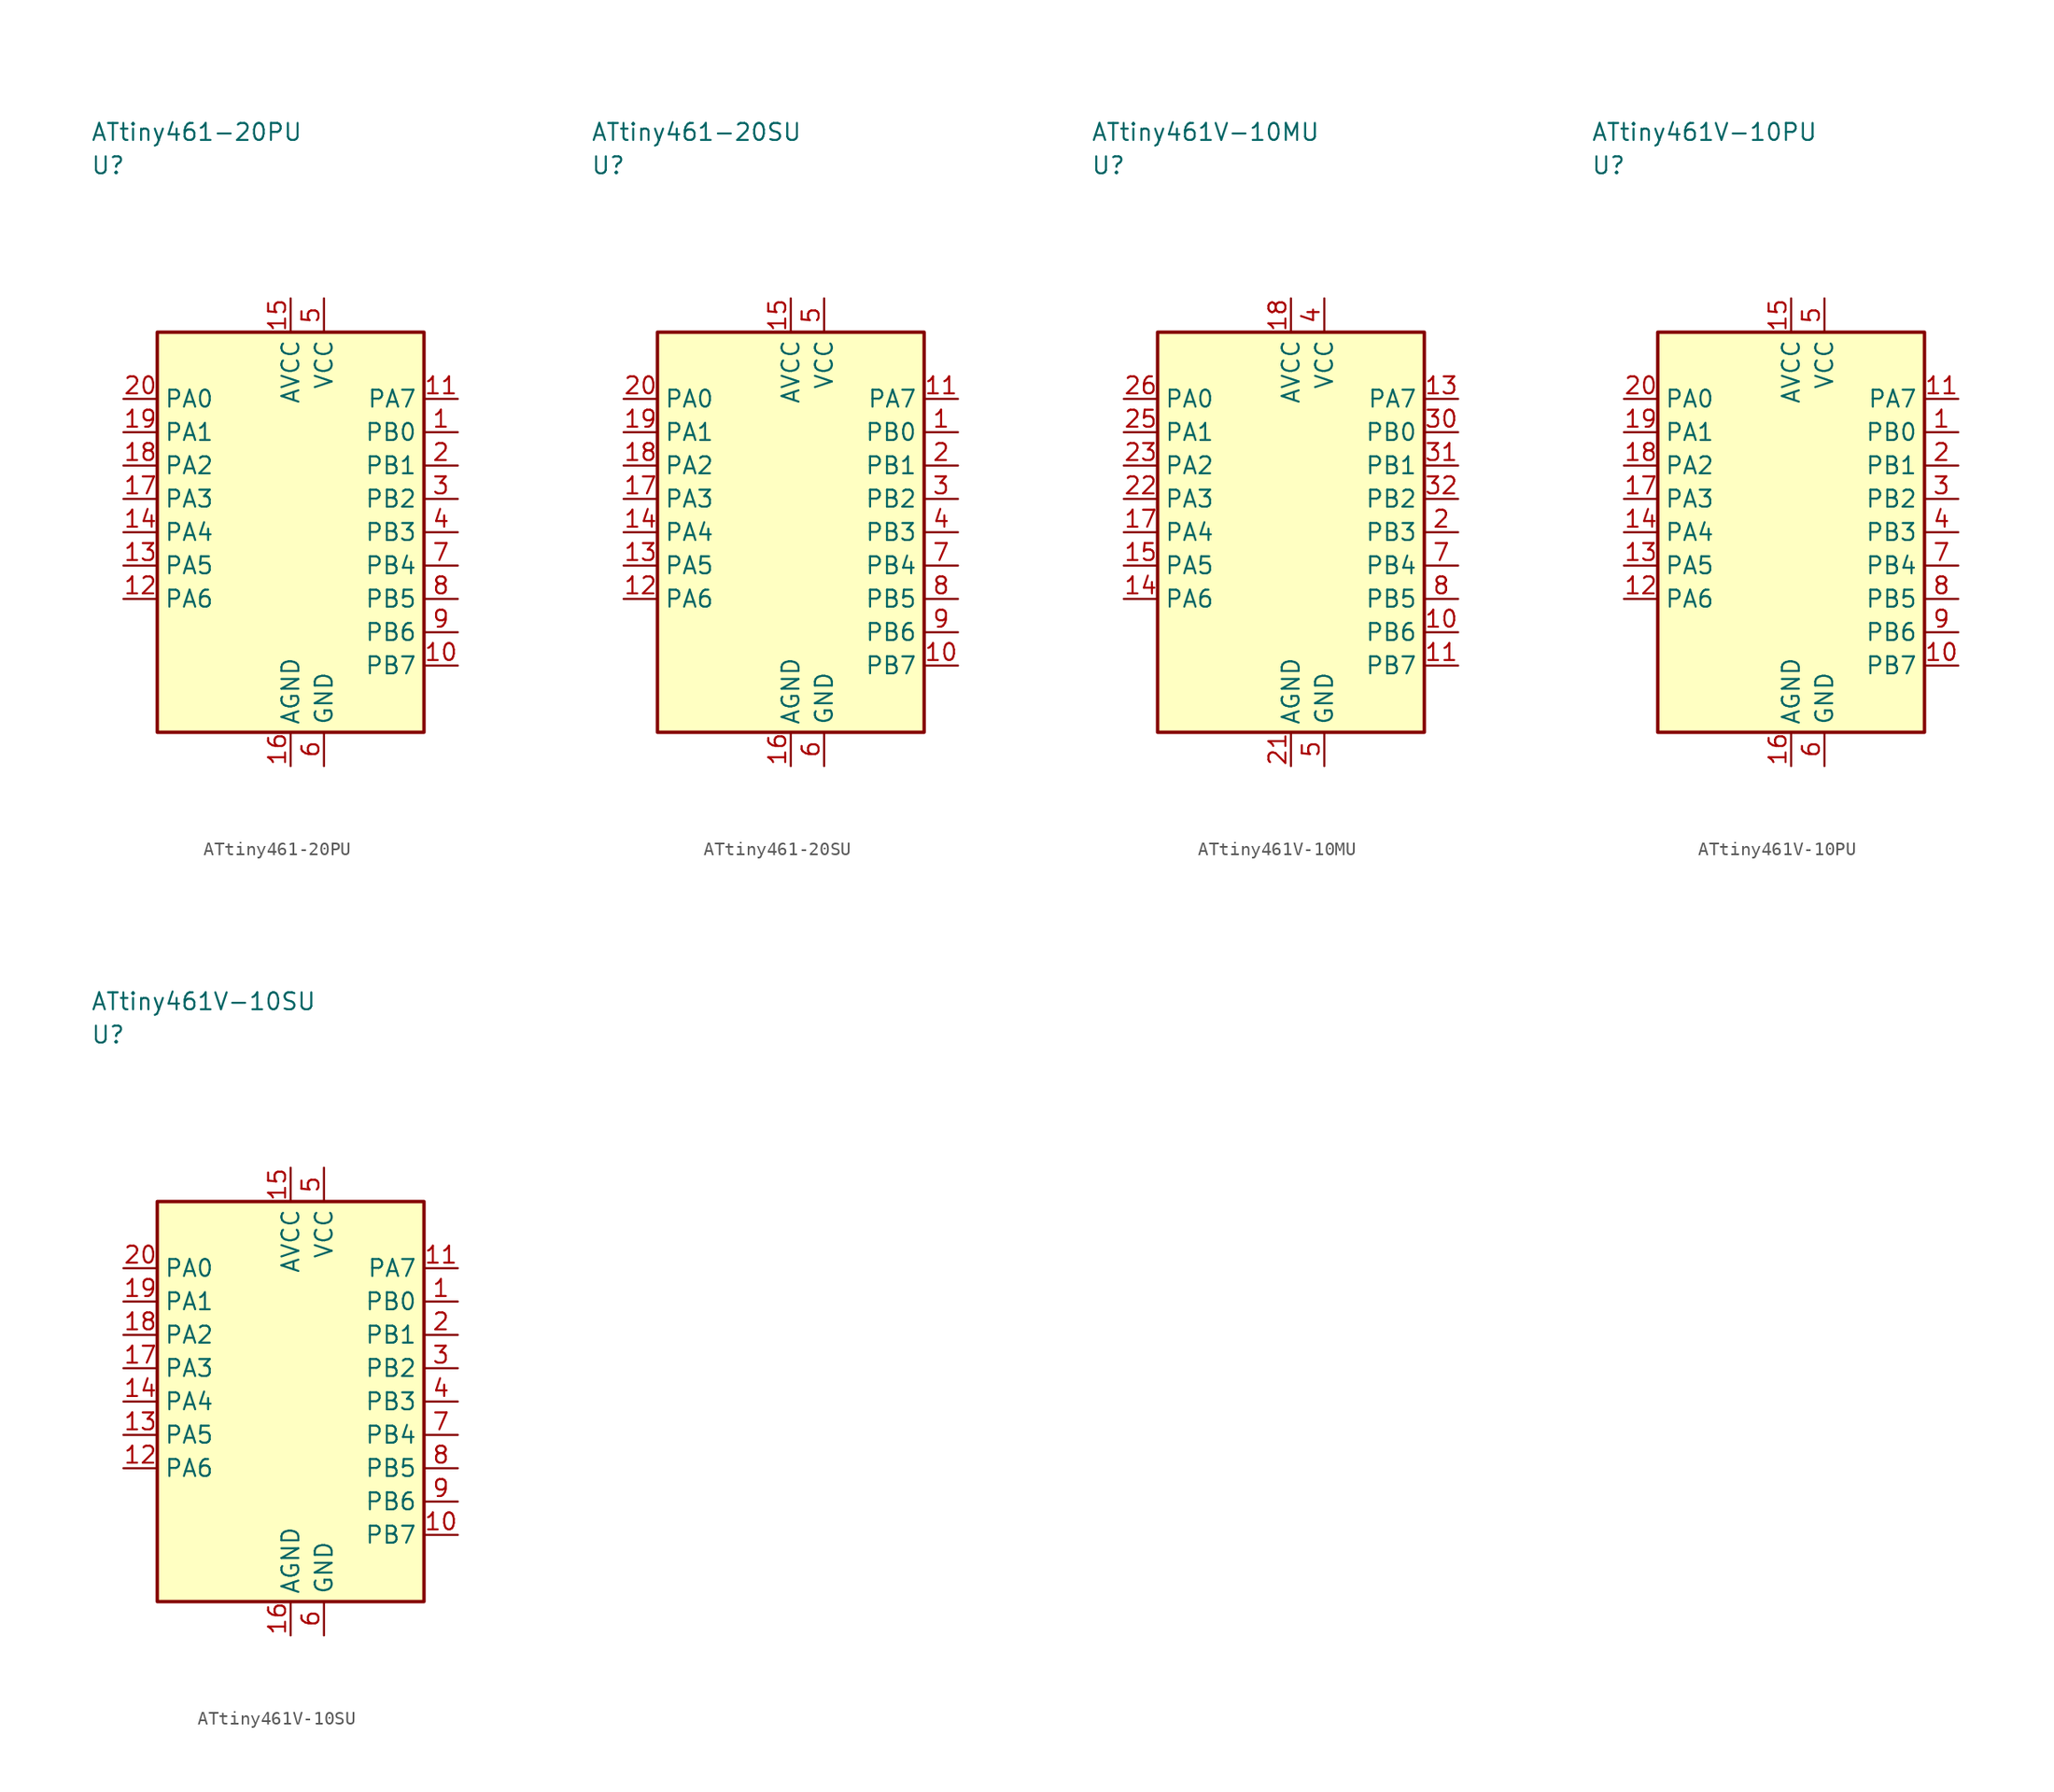
<source format=kicad_sym>
(kicad_symbol_lib
  (version 20241025)
  (generator "kicad_symbol_editor")
  (generator_version "8.0")
  (symbol "ATtiny461-20PU"
    (property "Reference" "U"
      (at -15.0 27.5 0)
      (effects (font (size 1.27 1.27)) (justify left)))
    (property "Value" "ATtiny461-20PU"
      (at -15.0 30.0 0)
      (effects (font (size 1.27 1.27)) (justify left)))
    (symbol "ATtiny461-20PU_0_1"
      (rectangle (start -10.0 15.0) (end 10.0 -15.0) (stroke (width 0.254) (type default)) (fill (type background))))
    (symbol "ATtiny461-20PU_1_1"
      (pin bidirectional line (at 12.54 7.5 180.0) (length 2.54) (name "PB0" (effects (font (size 1.27 1.27)))) (number "1" (effects (font (size 1.27 1.27)))))
      (pin bidirectional line (at 12.54 5.0 180.0) (length 2.54) (name "PB1" (effects (font (size 1.27 1.27)))) (number "2" (effects (font (size 1.27 1.27)))))
      (pin bidirectional line (at 12.54 2.5 180.0) (length 2.54) (name "PB2" (effects (font (size 1.27 1.27)))) (number "3" (effects (font (size 1.27 1.27)))))
      (pin bidirectional line (at 12.54 0.0 180.0) (length 2.54) (name "PB3" (effects (font (size 1.27 1.27)))) (number "4" (effects (font (size 1.27 1.27)))))
      (pin power_in line (at 2.5 17.54 270.0) (length 2.54) (name "VCC" (effects (font (size 1.27 1.27)))) (number "5" (effects (font (size 1.27 1.27)))))
      (pin passive line (at 2.5 -17.54 90.0) (length 2.54) (name "GND" (effects (font (size 1.27 1.27)))) (number "6" (effects (font (size 1.27 1.27)))))
      (pin bidirectional line (at 12.54 -2.5 180.0) (length 2.54) (name "PB4" (effects (font (size 1.27 1.27)))) (number "7" (effects (font (size 1.27 1.27)))))
      (pin bidirectional line (at 12.54 -5.0 180.0) (length 2.54) (name "PB5" (effects (font (size 1.27 1.27)))) (number "8" (effects (font (size 1.27 1.27)))))
      (pin bidirectional line (at 12.54 -7.5 180.0) (length 2.54) (name "PB6" (effects (font (size 1.27 1.27)))) (number "9" (effects (font (size 1.27 1.27)))))
      (pin bidirectional line (at 12.54 -10.0 180.0) (length 2.54) (name "PB7" (effects (font (size 1.27 1.27)))) (number "10" (effects (font (size 1.27 1.27)))))
      (pin bidirectional line (at 12.54 10.0 180.0) (length 2.54) (name "PA7" (effects (font (size 1.27 1.27)))) (number "11" (effects (font (size 1.27 1.27)))))
      (pin bidirectional line (at -12.54 -5.0 0.0) (length 2.54) (name "PA6" (effects (font (size 1.27 1.27)))) (number "12" (effects (font (size 1.27 1.27)))))
      (pin bidirectional line (at -12.54 -2.5 0.0) (length 2.54) (name "PA5" (effects (font (size 1.27 1.27)))) (number "13" (effects (font (size 1.27 1.27)))))
      (pin bidirectional line (at -12.54 0.0 0.0) (length 2.54) (name "PA4" (effects (font (size 1.27 1.27)))) (number "14" (effects (font (size 1.27 1.27)))))
      (pin power_in line (at 0.0 17.54 270.0) (length 2.54) (name "AVCC" (effects (font (size 1.27 1.27)))) (number "15" (effects (font (size 1.27 1.27)))))
      (pin passive line (at 0.0 -17.54 90.0) (length 2.54) (name "AGND" (effects (font (size 1.27 1.27)))) (number "16" (effects (font (size 1.27 1.27)))))
      (pin bidirectional line (at -12.54 2.5 0.0) (length 2.54) (name "PA3" (effects (font (size 1.27 1.27)))) (number "17" (effects (font (size 1.27 1.27)))))
      (pin bidirectional line (at -12.54 5.0 0.0) (length 2.54) (name "PA2" (effects (font (size 1.27 1.27)))) (number "18" (effects (font (size 1.27 1.27)))))
      (pin bidirectional line (at -12.54 7.5 0.0) (length 2.54) (name "PA1" (effects (font (size 1.27 1.27)))) (number "19" (effects (font (size 1.27 1.27)))))
      (pin bidirectional line (at -12.54 10.0 0.0) (length 2.54) (name "PA0" (effects (font (size 1.27 1.27)))) (number "20" (effects (font (size 1.27 1.27)))))))
  (symbol "ATtiny461-20SU"
    (property "Reference" "U"
      (at -15.0 27.5 0)
      (effects (font (size 1.27 1.27)) (justify left)))
    (property "Value" "ATtiny461-20SU"
      (at -15.0 30.0 0)
      (effects (font (size 1.27 1.27)) (justify left)))
    (symbol "ATtiny461-20SU_0_1"
      (rectangle (start -10.0 15.0) (end 10.0 -15.0) (stroke (width 0.254) (type default)) (fill (type background))))
    (symbol "ATtiny461-20SU_1_1"
      (pin bidirectional line (at 12.54 7.5 180.0) (length 2.54) (name "PB0" (effects (font (size 1.27 1.27)))) (number "1" (effects (font (size 1.27 1.27)))))
      (pin bidirectional line (at 12.54 5.0 180.0) (length 2.54) (name "PB1" (effects (font (size 1.27 1.27)))) (number "2" (effects (font (size 1.27 1.27)))))
      (pin bidirectional line (at 12.54 2.5 180.0) (length 2.54) (name "PB2" (effects (font (size 1.27 1.27)))) (number "3" (effects (font (size 1.27 1.27)))))
      (pin bidirectional line (at 12.54 0.0 180.0) (length 2.54) (name "PB3" (effects (font (size 1.27 1.27)))) (number "4" (effects (font (size 1.27 1.27)))))
      (pin power_in line (at 2.5 17.54 270.0) (length 2.54) (name "VCC" (effects (font (size 1.27 1.27)))) (number "5" (effects (font (size 1.27 1.27)))))
      (pin passive line (at 2.5 -17.54 90.0) (length 2.54) (name "GND" (effects (font (size 1.27 1.27)))) (number "6" (effects (font (size 1.27 1.27)))))
      (pin bidirectional line (at 12.54 -2.5 180.0) (length 2.54) (name "PB4" (effects (font (size 1.27 1.27)))) (number "7" (effects (font (size 1.27 1.27)))))
      (pin bidirectional line (at 12.54 -5.0 180.0) (length 2.54) (name "PB5" (effects (font (size 1.27 1.27)))) (number "8" (effects (font (size 1.27 1.27)))))
      (pin bidirectional line (at 12.54 -7.5 180.0) (length 2.54) (name "PB6" (effects (font (size 1.27 1.27)))) (number "9" (effects (font (size 1.27 1.27)))))
      (pin bidirectional line (at 12.54 -10.0 180.0) (length 2.54) (name "PB7" (effects (font (size 1.27 1.27)))) (number "10" (effects (font (size 1.27 1.27)))))
      (pin bidirectional line (at 12.54 10.0 180.0) (length 2.54) (name "PA7" (effects (font (size 1.27 1.27)))) (number "11" (effects (font (size 1.27 1.27)))))
      (pin bidirectional line (at -12.54 -5.0 0.0) (length 2.54) (name "PA6" (effects (font (size 1.27 1.27)))) (number "12" (effects (font (size 1.27 1.27)))))
      (pin bidirectional line (at -12.54 -2.5 0.0) (length 2.54) (name "PA5" (effects (font (size 1.27 1.27)))) (number "13" (effects (font (size 1.27 1.27)))))
      (pin bidirectional line (at -12.54 0.0 0.0) (length 2.54) (name "PA4" (effects (font (size 1.27 1.27)))) (number "14" (effects (font (size 1.27 1.27)))))
      (pin power_in line (at 0.0 17.54 270.0) (length 2.54) (name "AVCC" (effects (font (size 1.27 1.27)))) (number "15" (effects (font (size 1.27 1.27)))))
      (pin passive line (at 0.0 -17.54 90.0) (length 2.54) (name "AGND" (effects (font (size 1.27 1.27)))) (number "16" (effects (font (size 1.27 1.27)))))
      (pin bidirectional line (at -12.54 2.5 0.0) (length 2.54) (name "PA3" (effects (font (size 1.27 1.27)))) (number "17" (effects (font (size 1.27 1.27)))))
      (pin bidirectional line (at -12.54 5.0 0.0) (length 2.54) (name "PA2" (effects (font (size 1.27 1.27)))) (number "18" (effects (font (size 1.27 1.27)))))
      (pin bidirectional line (at -12.54 7.5 0.0) (length 2.54) (name "PA1" (effects (font (size 1.27 1.27)))) (number "19" (effects (font (size 1.27 1.27)))))
      (pin bidirectional line (at -12.54 10.0 0.0) (length 2.54) (name "PA0" (effects (font (size 1.27 1.27)))) (number "20" (effects (font (size 1.27 1.27)))))))
  (symbol "ATtiny461V-10MU"
    (property "Reference" "U"
      (at -15.0 27.5 0)
      (effects (font (size 1.27 1.27)) (justify left)))
    (property "Value" "ATtiny461V-10MU"
      (at -15.0 30.0 0)
      (effects (font (size 1.27 1.27)) (justify left)))
    (symbol "ATtiny461V-10MU_0_1"
      (rectangle (start -10.0 15.0) (end 10.0 -15.0) (stroke (width 0.254) (type default)) (fill (type background))))
    (symbol "ATtiny461V-10MU_1_1"
      (pin bidirectional line (at 12.54 0.0 180.0) (length 2.54) (name "PB3" (effects (font (size 1.27 1.27)))) (number "2" (effects (font (size 1.27 1.27)))))
      (pin power_in line (at 2.5 17.54 270.0) (length 2.54) (name "VCC" (effects (font (size 1.27 1.27)))) (number "4" (effects (font (size 1.27 1.27)))))
      (pin passive line (at 2.5 -17.54 90.0) (length 2.54) (name "GND" (effects (font (size 1.27 1.27)))) (number "5" (effects (font (size 1.27 1.27)))))
      (pin bidirectional line (at 12.54 -2.5 180.0) (length 2.54) (name "PB4" (effects (font (size 1.27 1.27)))) (number "7" (effects (font (size 1.27 1.27)))))
      (pin bidirectional line (at 12.54 -5.0 180.0) (length 2.54) (name "PB5" (effects (font (size 1.27 1.27)))) (number "8" (effects (font (size 1.27 1.27)))))
      (pin bidirectional line (at 12.54 -7.5 180.0) (length 2.54) (name "PB6" (effects (font (size 1.27 1.27)))) (number "10" (effects (font (size 1.27 1.27)))))
      (pin bidirectional line (at 12.54 -10.0 180.0) (length 2.54) (name "PB7" (effects (font (size 1.27 1.27)))) (number "11" (effects (font (size 1.27 1.27)))))
      (pin bidirectional line (at 12.54 10.0 180.0) (length 2.54) (name "PA7" (effects (font (size 1.27 1.27)))) (number "13" (effects (font (size 1.27 1.27)))))
      (pin bidirectional line (at -12.54 -5.0 0.0) (length 2.54) (name "PA6" (effects (font (size 1.27 1.27)))) (number "14" (effects (font (size 1.27 1.27)))))
      (pin bidirectional line (at -12.54 -2.5 0.0) (length 2.54) (name "PA5" (effects (font (size 1.27 1.27)))) (number "15" (effects (font (size 1.27 1.27)))))
      (pin bidirectional line (at -12.54 0.0 0.0) (length 2.54) (name "PA4" (effects (font (size 1.27 1.27)))) (number "17" (effects (font (size 1.27 1.27)))))
      (pin power_in line (at 0.0 17.54 270.0) (length 2.54) (name "AVCC" (effects (font (size 1.27 1.27)))) (number "18" (effects (font (size 1.27 1.27)))))
      (pin passive line (at 0.0 -17.54 90.0) (length 2.54) (name "AGND" (effects (font (size 1.27 1.27)))) (number "21" (effects (font (size 1.27 1.27)))))
      (pin bidirectional line (at -12.54 2.5 0.0) (length 2.54) (name "PA3" (effects (font (size 1.27 1.27)))) (number "22" (effects (font (size 1.27 1.27)))))
      (pin bidirectional line (at -12.54 5.0 0.0) (length 2.54) (name "PA2" (effects (font (size 1.27 1.27)))) (number "23" (effects (font (size 1.27 1.27)))))
      (pin bidirectional line (at -12.54 7.5 0.0) (length 2.54) (name "PA1" (effects (font (size 1.27 1.27)))) (number "25" (effects (font (size 1.27 1.27)))))
      (pin bidirectional line (at -12.54 10.0 0.0) (length 2.54) (name "PA0" (effects (font (size 1.27 1.27)))) (number "26" (effects (font (size 1.27 1.27)))))
      (pin bidirectional line (at 12.54 7.5 180.0) (length 2.54) (name "PB0" (effects (font (size 1.27 1.27)))) (number "30" (effects (font (size 1.27 1.27)))))
      (pin bidirectional line (at 12.54 5.0 180.0) (length 2.54) (name "PB1" (effects (font (size 1.27 1.27)))) (number "31" (effects (font (size 1.27 1.27)))))
      (pin bidirectional line (at 12.54 2.5 180.0) (length 2.54) (name "PB2" (effects (font (size 1.27 1.27)))) (number "32" (effects (font (size 1.27 1.27)))))))
  (symbol "ATtiny461V-10PU"
    (property "Reference" "U"
      (at -15.0 27.5 0)
      (effects (font (size 1.27 1.27)) (justify left)))
    (property "Value" "ATtiny461V-10PU"
      (at -15.0 30.0 0)
      (effects (font (size 1.27 1.27)) (justify left)))
    (symbol "ATtiny461V-10PU_0_1"
      (rectangle (start -10.0 15.0) (end 10.0 -15.0) (stroke (width 0.254) (type default)) (fill (type background))))
    (symbol "ATtiny461V-10PU_1_1"
      (pin bidirectional line (at 12.54 7.5 180.0) (length 2.54) (name "PB0" (effects (font (size 1.27 1.27)))) (number "1" (effects (font (size 1.27 1.27)))))
      (pin bidirectional line (at 12.54 5.0 180.0) (length 2.54) (name "PB1" (effects (font (size 1.27 1.27)))) (number "2" (effects (font (size 1.27 1.27)))))
      (pin bidirectional line (at 12.54 2.5 180.0) (length 2.54) (name "PB2" (effects (font (size 1.27 1.27)))) (number "3" (effects (font (size 1.27 1.27)))))
      (pin bidirectional line (at 12.54 0.0 180.0) (length 2.54) (name "PB3" (effects (font (size 1.27 1.27)))) (number "4" (effects (font (size 1.27 1.27)))))
      (pin power_in line (at 2.5 17.54 270.0) (length 2.54) (name "VCC" (effects (font (size 1.27 1.27)))) (number "5" (effects (font (size 1.27 1.27)))))
      (pin passive line (at 2.5 -17.54 90.0) (length 2.54) (name "GND" (effects (font (size 1.27 1.27)))) (number "6" (effects (font (size 1.27 1.27)))))
      (pin bidirectional line (at 12.54 -2.5 180.0) (length 2.54) (name "PB4" (effects (font (size 1.27 1.27)))) (number "7" (effects (font (size 1.27 1.27)))))
      (pin bidirectional line (at 12.54 -5.0 180.0) (length 2.54) (name "PB5" (effects (font (size 1.27 1.27)))) (number "8" (effects (font (size 1.27 1.27)))))
      (pin bidirectional line (at 12.54 -7.5 180.0) (length 2.54) (name "PB6" (effects (font (size 1.27 1.27)))) (number "9" (effects (font (size 1.27 1.27)))))
      (pin bidirectional line (at 12.54 -10.0 180.0) (length 2.54) (name "PB7" (effects (font (size 1.27 1.27)))) (number "10" (effects (font (size 1.27 1.27)))))
      (pin bidirectional line (at 12.54 10.0 180.0) (length 2.54) (name "PA7" (effects (font (size 1.27 1.27)))) (number "11" (effects (font (size 1.27 1.27)))))
      (pin bidirectional line (at -12.54 -5.0 0.0) (length 2.54) (name "PA6" (effects (font (size 1.27 1.27)))) (number "12" (effects (font (size 1.27 1.27)))))
      (pin bidirectional line (at -12.54 -2.5 0.0) (length 2.54) (name "PA5" (effects (font (size 1.27 1.27)))) (number "13" (effects (font (size 1.27 1.27)))))
      (pin bidirectional line (at -12.54 0.0 0.0) (length 2.54) (name "PA4" (effects (font (size 1.27 1.27)))) (number "14" (effects (font (size 1.27 1.27)))))
      (pin power_in line (at 0.0 17.54 270.0) (length 2.54) (name "AVCC" (effects (font (size 1.27 1.27)))) (number "15" (effects (font (size 1.27 1.27)))))
      (pin passive line (at 0.0 -17.54 90.0) (length 2.54) (name "AGND" (effects (font (size 1.27 1.27)))) (number "16" (effects (font (size 1.27 1.27)))))
      (pin bidirectional line (at -12.54 2.5 0.0) (length 2.54) (name "PA3" (effects (font (size 1.27 1.27)))) (number "17" (effects (font (size 1.27 1.27)))))
      (pin bidirectional line (at -12.54 5.0 0.0) (length 2.54) (name "PA2" (effects (font (size 1.27 1.27)))) (number "18" (effects (font (size 1.27 1.27)))))
      (pin bidirectional line (at -12.54 7.5 0.0) (length 2.54) (name "PA1" (effects (font (size 1.27 1.27)))) (number "19" (effects (font (size 1.27 1.27)))))
      (pin bidirectional line (at -12.54 10.0 0.0) (length 2.54) (name "PA0" (effects (font (size 1.27 1.27)))) (number "20" (effects (font (size 1.27 1.27)))))))
  (symbol "ATtiny461V-10SU"
    (property "Reference" "U"
      (at -15.0 27.5 0)
      (effects (font (size 1.27 1.27)) (justify left)))
    (property "Value" "ATtiny461V-10SU"
      (at -15.0 30.0 0)
      (effects (font (size 1.27 1.27)) (justify left)))
    (symbol "ATtiny461V-10SU_0_1"
      (rectangle (start -10.0 15.0) (end 10.0 -15.0) (stroke (width 0.254) (type default)) (fill (type background))))
    (symbol "ATtiny461V-10SU_1_1"
      (pin bidirectional line (at 12.54 7.5 180.0) (length 2.54) (name "PB0" (effects (font (size 1.27 1.27)))) (number "1" (effects (font (size 1.27 1.27)))))
      (pin bidirectional line (at 12.54 5.0 180.0) (length 2.54) (name "PB1" (effects (font (size 1.27 1.27)))) (number "2" (effects (font (size 1.27 1.27)))))
      (pin bidirectional line (at 12.54 2.5 180.0) (length 2.54) (name "PB2" (effects (font (size 1.27 1.27)))) (number "3" (effects (font (size 1.27 1.27)))))
      (pin bidirectional line (at 12.54 0.0 180.0) (length 2.54) (name "PB3" (effects (font (size 1.27 1.27)))) (number "4" (effects (font (size 1.27 1.27)))))
      (pin power_in line (at 2.5 17.54 270.0) (length 2.54) (name "VCC" (effects (font (size 1.27 1.27)))) (number "5" (effects (font (size 1.27 1.27)))))
      (pin passive line (at 2.5 -17.54 90.0) (length 2.54) (name "GND" (effects (font (size 1.27 1.27)))) (number "6" (effects (font (size 1.27 1.27)))))
      (pin bidirectional line (at 12.54 -2.5 180.0) (length 2.54) (name "PB4" (effects (font (size 1.27 1.27)))) (number "7" (effects (font (size 1.27 1.27)))))
      (pin bidirectional line (at 12.54 -5.0 180.0) (length 2.54) (name "PB5" (effects (font (size 1.27 1.27)))) (number "8" (effects (font (size 1.27 1.27)))))
      (pin bidirectional line (at 12.54 -7.5 180.0) (length 2.54) (name "PB6" (effects (font (size 1.27 1.27)))) (number "9" (effects (font (size 1.27 1.27)))))
      (pin bidirectional line (at 12.54 -10.0 180.0) (length 2.54) (name "PB7" (effects (font (size 1.27 1.27)))) (number "10" (effects (font (size 1.27 1.27)))))
      (pin bidirectional line (at 12.54 10.0 180.0) (length 2.54) (name "PA7" (effects (font (size 1.27 1.27)))) (number "11" (effects (font (size 1.27 1.27)))))
      (pin bidirectional line (at -12.54 -5.0 0.0) (length 2.54) (name "PA6" (effects (font (size 1.27 1.27)))) (number "12" (effects (font (size 1.27 1.27)))))
      (pin bidirectional line (at -12.54 -2.5 0.0) (length 2.54) (name "PA5" (effects (font (size 1.27 1.27)))) (number "13" (effects (font (size 1.27 1.27)))))
      (pin bidirectional line (at -12.54 0.0 0.0) (length 2.54) (name "PA4" (effects (font (size 1.27 1.27)))) (number "14" (effects (font (size 1.27 1.27)))))
      (pin power_in line (at 0.0 17.54 270.0) (length 2.54) (name "AVCC" (effects (font (size 1.27 1.27)))) (number "15" (effects (font (size 1.27 1.27)))))
      (pin passive line (at 0.0 -17.54 90.0) (length 2.54) (name "AGND" (effects (font (size 1.27 1.27)))) (number "16" (effects (font (size 1.27 1.27)))))
      (pin bidirectional line (at -12.54 2.5 0.0) (length 2.54) (name "PA3" (effects (font (size 1.27 1.27)))) (number "17" (effects (font (size 1.27 1.27)))))
      (pin bidirectional line (at -12.54 5.0 0.0) (length 2.54) (name "PA2" (effects (font (size 1.27 1.27)))) (number "18" (effects (font (size 1.27 1.27)))))
      (pin bidirectional line (at -12.54 7.5 0.0) (length 2.54) (name "PA1" (effects (font (size 1.27 1.27)))) (number "19" (effects (font (size 1.27 1.27)))))
      (pin bidirectional line (at -12.54 10.0 0.0) (length 2.54) (name "PA0" (effects (font (size 1.27 1.27)))) (number "20" (effects (font (size 1.27 1.27))))))))
</source>
